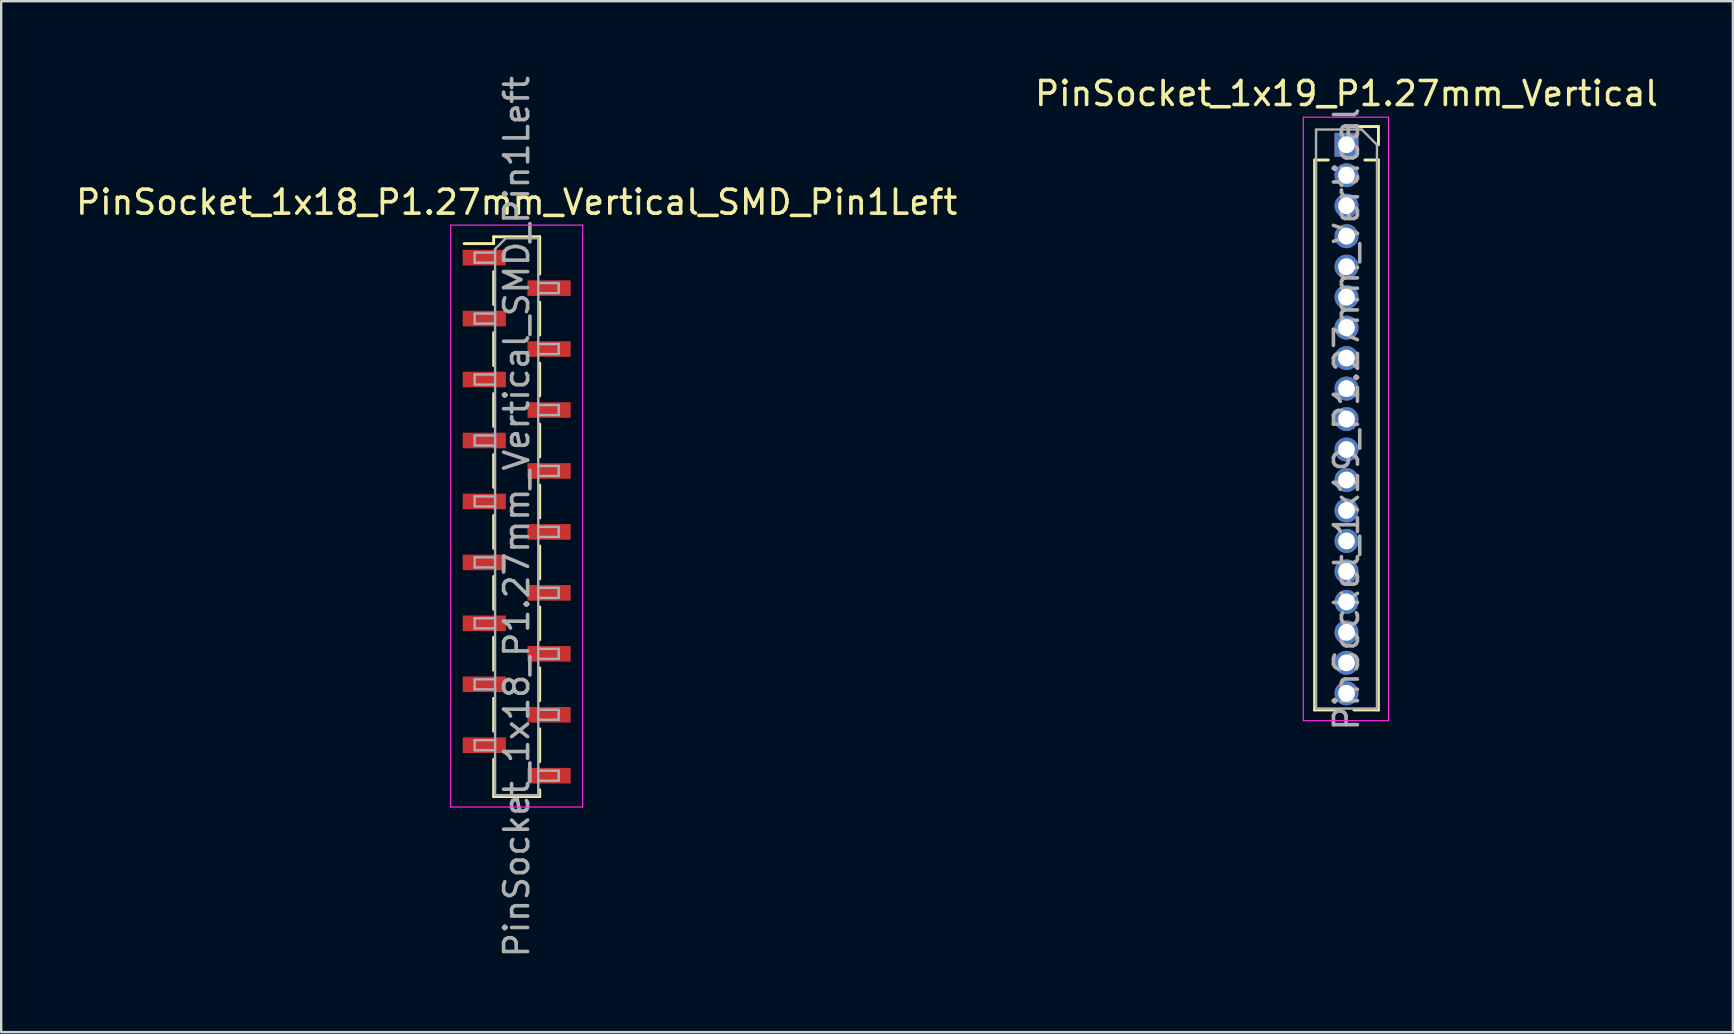
<source format=kicad_pcb>
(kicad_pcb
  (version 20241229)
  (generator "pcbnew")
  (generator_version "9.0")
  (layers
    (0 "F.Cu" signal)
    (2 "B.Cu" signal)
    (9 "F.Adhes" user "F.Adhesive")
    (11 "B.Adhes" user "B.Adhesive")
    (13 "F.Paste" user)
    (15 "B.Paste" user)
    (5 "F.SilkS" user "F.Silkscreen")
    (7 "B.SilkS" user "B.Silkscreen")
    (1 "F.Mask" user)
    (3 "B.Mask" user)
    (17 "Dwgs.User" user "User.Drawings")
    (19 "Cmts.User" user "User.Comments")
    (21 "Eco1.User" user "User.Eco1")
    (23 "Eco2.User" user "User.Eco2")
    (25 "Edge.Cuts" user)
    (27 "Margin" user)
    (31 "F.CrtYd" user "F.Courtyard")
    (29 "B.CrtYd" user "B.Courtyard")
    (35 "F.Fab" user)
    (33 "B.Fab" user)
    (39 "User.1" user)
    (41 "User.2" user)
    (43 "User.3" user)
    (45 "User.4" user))
  (footprint "PinSocket_1x18_P1.27mm_Vertical_SMD_Pin1Left"
    (layer "F.Cu")
    (at 18.482 18.482)
    (property "Reference" "PinSocket_1x18_P1.27mm_Vertical_SMD_Pin1Left" (at 0 -13.105 0) (layer "F.SilkS") (effects (font (size 1 1) (thickness 0.15))))
    (attr smd)
    (fp_line (start -2.19 -11.38) (end -0.96 -11.38) (stroke (width 0.12) (type solid)) (layer "F.SilkS"))
    (fp_line (start -0.96 -11.665) (end -0.96 -11.38) (stroke (width 0.12) (type solid)) (layer "F.SilkS"))
    (fp_line (start -0.96 -11.665) (end 0.96 -11.665) (stroke (width 0.12) (type solid)) (layer "F.SilkS"))
    (fp_line (start -0.96 -10.21) (end -0.96 -8.84) (stroke (width 0.12) (type solid)) (layer "F.SilkS"))
    (fp_line (start -0.96 -7.67) (end -0.96 -6.3) (stroke (width 0.12) (type solid)) (layer "F.SilkS"))
    (fp_line (start -0.96 -5.13) (end -0.96 -3.76) (stroke (width 0.12) (type solid)) (layer "F.SilkS"))
    (fp_line (start -0.96 -2.59) (end -0.96 -1.22) (stroke (width 0.12) (type solid)) (layer "F.SilkS"))
    (fp_line (start -0.96 -0.05) (end -0.96 1.32) (stroke (width 0.12) (type solid)) (layer "F.SilkS"))
    (fp_line (start -0.96 2.49) (end -0.96 3.86) (stroke (width 0.12) (type solid)) (layer "F.SilkS"))
    (fp_line (start -0.96 5.03) (end -0.96 6.4) (stroke (width 0.12) (type solid)) (layer "F.SilkS"))
    (fp_line (start -0.96 7.57) (end -0.96 8.94) (stroke (width 0.12) (type solid)) (layer "F.SilkS"))
    (fp_line (start -0.96 10.11) (end -0.96 11.665) (stroke (width 0.12) (type solid)) (layer "F.SilkS"))
    (fp_line (start -0.96 11.665) (end 0.96 11.665) (stroke (width 0.12) (type solid)) (layer "F.SilkS"))
    (fp_line (start 0.96 -11.665) (end 0.96 -10.11) (stroke (width 0.12) (type solid)) (layer "F.SilkS"))
    (fp_line (start 0.96 -8.94) (end 0.96 -7.57) (stroke (width 0.12) (type solid)) (layer "F.SilkS"))
    (fp_line (start 0.96 -6.4) (end 0.96 -5.03) (stroke (width 0.12) (type solid)) (layer "F.SilkS"))
    (fp_line (start 0.96 -3.86) (end 0.96 -2.49) (stroke (width 0.12) (type solid)) (layer "F.SilkS"))
    (fp_line (start 0.96 -1.32) (end 0.96 0.05) (stroke (width 0.12) (type solid)) (layer "F.SilkS"))
    (fp_line (start 0.96 1.22) (end 0.96 2.59) (stroke (width 0.12) (type solid)) (layer "F.SilkS"))
    (fp_line (start 0.96 3.76) (end 0.96 5.13) (stroke (width 0.12) (type solid)) (layer "F.SilkS"))
    (fp_line (start 0.96 6.3) (end 0.96 7.67) (stroke (width 0.12) (type solid)) (layer "F.SilkS"))
    (fp_line (start 0.96 8.84) (end 0.96 10.21) (stroke (width 0.12) (type solid)) (layer "F.SilkS"))
    (fp_line (start 0.96 11.38) (end 0.96 11.665) (stroke (width 0.12) (type solid)) (layer "F.SilkS"))
    (fp_line (start -2.75 -12.15) (end 2.75 -12.15) (stroke (width 0.05) (type solid)) (layer "F.CrtYd"))
    (fp_line (start -2.75 12.1) (end -2.75 -12.15) (stroke (width 0.05) (type solid)) (layer "F.CrtYd"))
    (fp_line (start 2.75 -12.15) (end 2.75 12.1) (stroke (width 0.05) (type solid)) (layer "F.CrtYd"))
    (fp_line (start 2.75 12.1) (end -2.75 12.1) (stroke (width 0.05) (type solid)) (layer "F.CrtYd"))
    (fp_line (start -1.75 -11.005) (end -0.9 -11.005) (stroke (width 0.1) (type solid)) (layer "F.Fab"))
    (fp_line (start -1.75 -10.585) (end -1.75 -11.005) (stroke (width 0.1) (type solid)) (layer "F.Fab"))
    (fp_line (start -1.75 -8.465) (end -0.9 -8.465) (stroke (width 0.1) (type solid)) (layer "F.Fab"))
    (fp_line (start -1.75 -8.045) (end -1.75 -8.465) (stroke (width 0.1) (type solid)) (layer "F.Fab"))
    (fp_line (start -1.75 -5.925) (end -0.9 -5.925) (stroke (width 0.1) (type solid)) (layer "F.Fab"))
    (fp_line (start -1.75 -5.505) (end -1.75 -5.925) (stroke (width 0.1) (type solid)) (layer "F.Fab"))
    (fp_line (start -1.75 -3.385) (end -0.9 -3.385) (stroke (width 0.1) (type solid)) (layer "F.Fab"))
    (fp_line (start -1.75 -2.965) (end -1.75 -3.385) (stroke (width 0.1) (type solid)) (layer "F.Fab"))
    (fp_line (start -1.75 -0.845) (end -0.9 -0.845) (stroke (width 0.1) (type solid)) (layer "F.Fab"))
    (fp_line (start -1.75 -0.425) (end -1.75 -0.845) (stroke (width 0.1) (type solid)) (layer "F.Fab"))
    (fp_line (start -1.75 1.695) (end -0.9 1.695) (stroke (width 0.1) (type solid)) (layer "F.Fab"))
    (fp_line (start -1.75 2.115) (end -1.75 1.695) (stroke (width 0.1) (type solid)) (layer "F.Fab"))
    (fp_line (start -1.75 4.235) (end -0.9 4.235) (stroke (width 0.1) (type solid)) (layer "F.Fab"))
    (fp_line (start -1.75 4.655) (end -1.75 4.235) (stroke (width 0.1) (type solid)) (layer "F.Fab"))
    (fp_line (start -1.75 6.775) (end -0.9 6.775) (stroke (width 0.1) (type solid)) (layer "F.Fab"))
    (fp_line (start -1.75 7.195) (end -1.75 6.775) (stroke (width 0.1) (type solid)) (layer "F.Fab"))
    (fp_line (start -1.75 9.315) (end -0.9 9.315) (stroke (width 0.1) (type solid)) (layer "F.Fab"))
    (fp_line (start -1.75 9.735) (end -1.75 9.315) (stroke (width 0.1) (type solid)) (layer "F.Fab"))
    (fp_line (start -0.9 -11.155) (end -0.45 -11.605) (stroke (width 0.1) (type solid)) (layer "F.Fab"))
    (fp_line (start -0.9 -10.585) (end -1.75 -10.585) (stroke (width 0.1) (type solid)) (layer "F.Fab"))
    (fp_line (start -0.9 -8.045) (end -1.75 -8.045) (stroke (width 0.1) (type solid)) (layer "F.Fab"))
    (fp_line (start -0.9 -5.505) (end -1.75 -5.505) (stroke (width 0.1) (type solid)) (layer "F.Fab"))
    (fp_line (start -0.9 -2.965) (end -1.75 -2.965) (stroke (width 0.1) (type solid)) (layer "F.Fab"))
    (fp_line (start -0.9 -0.425) (end -1.75 -0.425) (stroke (width 0.1) (type solid)) (layer "F.Fab"))
    (fp_line (start -0.9 2.115) (end -1.75 2.115) (stroke (width 0.1) (type solid)) (layer "F.Fab"))
    (fp_line (start -0.9 4.655) (end -1.75 4.655) (stroke (width 0.1) (type solid)) (layer "F.Fab"))
    (fp_line (start -0.9 7.195) (end -1.75 7.195) (stroke (width 0.1) (type solid)) (layer "F.Fab"))
    (fp_line (start -0.9 9.735) (end -1.75 9.735) (stroke (width 0.1) (type solid)) (layer "F.Fab"))
    (fp_line (start -0.9 11.605) (end -0.9 -11.155) (stroke (width 0.1) (type solid)) (layer "F.Fab"))
    (fp_line (start -0.45 -11.605) (end 0.9 -11.605) (stroke (width 0.1) (type solid)) (layer "F.Fab"))
    (fp_line (start 0.9 -11.605) (end 0.9 11.605) (stroke (width 0.1) (type solid)) (layer "F.Fab"))
    (fp_line (start 0.9 -9.735) (end 1.75 -9.735) (stroke (width 0.1) (type solid)) (layer "F.Fab"))
    (fp_line (start 0.9 -7.195) (end 1.75 -7.195) (stroke (width 0.1) (type solid)) (layer "F.Fab"))
    (fp_line (start 0.9 -4.655) (end 1.75 -4.655) (stroke (width 0.1) (type solid)) (layer "F.Fab"))
    (fp_line (start 0.9 -2.115) (end 1.75 -2.115) (stroke (width 0.1) (type solid)) (layer "F.Fab"))
    (fp_line (start 0.9 0.425) (end 1.75 0.425) (stroke (width 0.1) (type solid)) (layer "F.Fab"))
    (fp_line (start 0.9 2.965) (end 1.75 2.965) (stroke (width 0.1) (type solid)) (layer "F.Fab"))
    (fp_line (start 0.9 5.505) (end 1.75 5.505) (stroke (width 0.1) (type solid)) (layer "F.Fab"))
    (fp_line (start 0.9 8.045) (end 1.75 8.045) (stroke (width 0.1) (type solid)) (layer "F.Fab"))
    (fp_line (start 0.9 10.585) (end 1.75 10.585) (stroke (width 0.1) (type solid)) (layer "F.Fab"))
    (fp_line (start 0.9 11.605) (end -0.9 11.605) (stroke (width 0.1) (type solid)) (layer "F.Fab"))
    (fp_line (start 1.75 -9.735) (end 1.75 -9.315) (stroke (width 0.1) (type solid)) (layer "F.Fab"))
    (fp_line (start 1.75 -9.315) (end 0.9 -9.315) (stroke (width 0.1) (type solid)) (layer "F.Fab"))
    (fp_line (start 1.75 -7.195) (end 1.75 -6.775) (stroke (width 0.1) (type solid)) (layer "F.Fab"))
    (fp_line (start 1.75 -6.775) (end 0.9 -6.775) (stroke (width 0.1) (type solid)) (layer "F.Fab"))
    (fp_line (start 1.75 -4.655) (end 1.75 -4.235) (stroke (width 0.1) (type solid)) (layer "F.Fab"))
    (fp_line (start 1.75 -4.235) (end 0.9 -4.235) (stroke (width 0.1) (type solid)) (layer "F.Fab"))
    (fp_line (start 1.75 -2.115) (end 1.75 -1.695) (stroke (width 0.1) (type solid)) (layer "F.Fab"))
    (fp_line (start 1.75 -1.695) (end 0.9 -1.695) (stroke (width 0.1) (type solid)) (layer "F.Fab"))
    (fp_line (start 1.75 0.425) (end 1.75 0.845) (stroke (width 0.1) (type solid)) (layer "F.Fab"))
    (fp_line (start 1.75 0.845) (end 0.9 0.845) (stroke (width 0.1) (type solid)) (layer "F.Fab"))
    (fp_line (start 1.75 2.965) (end 1.75 3.385) (stroke (width 0.1) (type solid)) (layer "F.Fab"))
    (fp_line (start 1.75 3.385) (end 0.9 3.385) (stroke (width 0.1) (type solid)) (layer "F.Fab"))
    (fp_line (start 1.75 5.505) (end 1.75 5.925) (stroke (width 0.1) (type solid)) (layer "F.Fab"))
    (fp_line (start 1.75 5.925) (end 0.9 5.925) (stroke (width 0.1) (type solid)) (layer "F.Fab"))
    (fp_line (start 1.75 8.045) (end 1.75 8.465) (stroke (width 0.1) (type solid)) (layer "F.Fab"))
    (fp_line (start 1.75 8.465) (end 0.9 8.465) (stroke (width 0.1) (type solid)) (layer "F.Fab"))
    (fp_line (start 1.75 10.585) (end 1.75 11.005) (stroke (width 0.1) (type solid)) (layer "F.Fab"))
    (fp_line (start 1.75 11.005) (end 0.9 11.005) (stroke (width 0.1) (type solid)) (layer "F.Fab"))
    (fp_text user "${REFERENCE}" (at 0 0 90) (layer "F.Fab") (effects (font (size 1 1) (thickness 0.15))))
    (pad "1" smd rect (at -1.35 -10.795) (size 1.8 0.65) (layers "F.Cu" "F.Mask" "F.Paste"))
    (pad "2" smd rect (at 1.35 -9.525) (size 1.8 0.65) (layers "F.Cu" "F.Mask" "F.Paste"))
    (pad "3" smd rect (at -1.35 -8.255) (size 1.8 0.65) (layers "F.Cu" "F.Mask" "F.Paste"))
    (pad "4" smd rect (at 1.35 -6.985) (size 1.8 0.65) (layers "F.Cu" "F.Mask" "F.Paste"))
    (pad "5" smd rect (at -1.35 -5.715) (size 1.8 0.65) (layers "F.Cu" "F.Mask" "F.Paste"))
    (pad "6" smd rect (at 1.35 -4.445) (size 1.8 0.65) (layers "F.Cu" "F.Mask" "F.Paste"))
    (pad "7" smd rect (at -1.35 -3.175) (size 1.8 0.65) (layers "F.Cu" "F.Mask" "F.Paste"))
    (pad "8" smd rect (at 1.35 -1.905) (size 1.8 0.65) (layers "F.Cu" "F.Mask" "F.Paste"))
    (pad "9" smd rect (at -1.35 -0.635) (size 1.8 0.65) (layers "F.Cu" "F.Mask" "F.Paste"))
    (pad "10" smd rect (at 1.35 0.635) (size 1.8 0.65) (layers "F.Cu" "F.Mask" "F.Paste"))
    (pad "11" smd rect (at -1.35 1.905) (size 1.8 0.65) (layers "F.Cu" "F.Mask" "F.Paste"))
    (pad "12" smd rect (at 1.35 3.175) (size 1.8 0.65) (layers "F.Cu" "F.Mask" "F.Paste"))
    (pad "13" smd rect (at -1.35 4.445) (size 1.8 0.65) (layers "F.Cu" "F.Mask" "F.Paste"))
    (pad "14" smd rect (at 1.35 5.715) (size 1.8 0.65) (layers "F.Cu" "F.Mask" "F.Paste"))
    (pad "15" smd rect (at -1.35 6.985) (size 1.8 0.65) (layers "F.Cu" "F.Mask" "F.Paste"))
    (pad "16" smd rect (at 1.35 8.255) (size 1.8 0.65) (layers "F.Cu" "F.Mask" "F.Paste"))
    (pad "17" smd rect (at -1.35 9.525) (size 1.8 0.65) (layers "F.Cu" "F.Mask" "F.Paste"))
    (pad "18" smd rect (at 1.35 10.795) (size 1.8 0.65) (layers "F.Cu" "F.Mask" "F.Paste")))
  (footprint "PinSocket_1x19_P1.27mm_Vertical"
    (layer "F.Cu")
    (at 53.065 2.983)
    (property "Reference" "PinSocket_1x19_P1.27mm_Vertical" (at 0 -2.135 0) (layer "F.SilkS") (effects (font (size 1 1) (thickness 0.15))))
    (attr through_hole)
    (fp_line (start -1.33 0.635) (end -1.33 23.555) (stroke (width 0.12) (type solid)) (layer "F.SilkS"))
    (fp_line (start -1.33 0.635) (end -0.76 0.635) (stroke (width 0.12) (type solid)) (layer "F.SilkS"))
    (fp_line (start -1.33 23.555) (end -0.308 23.555) (stroke (width 0.12) (type solid)) (layer "F.SilkS"))
    (fp_line (start 0 -0.76) (end 1.33 -0.76) (stroke (width 0.12) (type solid)) (layer "F.SilkS"))
    (fp_line (start 0.308 23.555) (end 1.33 23.555) (stroke (width 0.12) (type solid)) (layer "F.SilkS"))
    (fp_line (start 0.76 0.635) (end 1.33 0.635) (stroke (width 0.12) (type solid)) (layer "F.SilkS"))
    (fp_line (start 1.33 -0.76) (end 1.33 0) (stroke (width 0.12) (type solid)) (layer "F.SilkS"))
    (fp_line (start 1.33 0.635) (end 1.33 23.555) (stroke (width 0.12) (type solid)) (layer "F.SilkS"))
    (fp_line (start -1.8 -1.15) (end 1.75 -1.15) (stroke (width 0.05) (type solid)) (layer "F.CrtYd"))
    (fp_line (start -1.8 24) (end -1.8 -1.15) (stroke (width 0.05) (type solid)) (layer "F.CrtYd"))
    (fp_line (start 1.75 -1.15) (end 1.75 24) (stroke (width 0.05) (type solid)) (layer "F.CrtYd"))
    (fp_line (start 1.75 24) (end -1.8 24) (stroke (width 0.05) (type solid)) (layer "F.CrtYd"))
    (fp_line (start -1.27 -0.635) (end 0.635 -0.635) (stroke (width 0.1) (type solid)) (layer "F.Fab"))
    (fp_line (start -1.27 23.495) (end -1.27 -0.635) (stroke (width 0.1) (type solid)) (layer "F.Fab"))
    (fp_line (start 0.635 -0.635) (end 1.27 0) (stroke (width 0.1) (type solid)) (layer "F.Fab"))
    (fp_line (start 1.27 0) (end 1.27 23.495) (stroke (width 0.1) (type solid)) (layer "F.Fab"))
    (fp_line (start 1.27 23.495) (end -1.27 23.495) (stroke (width 0.1) (type solid)) (layer "F.Fab"))
    (fp_text user "${REFERENCE}" (at 0 11.43 90) (layer "F.Fab") (effects (font (size 1 1) (thickness 0.15))))
    (pad "1" thru_hole rect (at 0 0) (size 1 1) (drill 0.7) (layers "*.Cu" "*.Mask"))
    (pad "2" thru_hole circle (at 0 1.27) (size 1 1) (drill 0.7) (layers "*.Cu" "*.Mask"))
    (pad "3" thru_hole circle (at 0 2.54) (size 1 1) (drill 0.7) (layers "*.Cu" "*.Mask"))
    (pad "4" thru_hole circle (at 0 3.81) (size 1 1) (drill 0.7) (layers "*.Cu" "*.Mask"))
    (pad "5" thru_hole circle (at 0 5.08) (size 1 1) (drill 0.7) (layers "*.Cu" "*.Mask"))
    (pad "6" thru_hole circle (at 0 6.35) (size 1 1) (drill 0.7) (layers "*.Cu" "*.Mask"))
    (pad "7" thru_hole circle (at 0 7.62) (size 1 1) (drill 0.7) (layers "*.Cu" "*.Mask"))
    (pad "8" thru_hole circle (at 0 8.89) (size 1 1) (drill 0.7) (layers "*.Cu" "*.Mask"))
    (pad "9" thru_hole circle (at 0 10.16) (size 1 1) (drill 0.7) (layers "*.Cu" "*.Mask"))
    (pad "10" thru_hole circle (at 0 11.43) (size 1 1) (drill 0.7) (layers "*.Cu" "*.Mask"))
    (pad "11" thru_hole circle (at 0 12.7) (size 1 1) (drill 0.7) (layers "*.Cu" "*.Mask"))
    (pad "12" thru_hole circle (at 0 13.97) (size 1 1) (drill 0.7) (layers "*.Cu" "*.Mask"))
    (pad "13" thru_hole circle (at 0 15.24) (size 1 1) (drill 0.7) (layers "*.Cu" "*.Mask"))
    (pad "14" thru_hole circle (at 0 16.51) (size 1 1) (drill 0.7) (layers "*.Cu" "*.Mask"))
    (pad "15" thru_hole circle (at 0 17.78) (size 1 1) (drill 0.7) (layers "*.Cu" "*.Mask"))
    (pad "16" thru_hole circle (at 0 19.05) (size 1 1) (drill 0.7) (layers "*.Cu" "*.Mask"))
    (pad "17" thru_hole circle (at 0 20.32) (size 1 1) (drill 0.7) (layers "*.Cu" "*.Mask"))
    (pad "18" thru_hole circle (at 0 21.59) (size 1 1) (drill 0.7) (layers "*.Cu" "*.Mask"))
    (pad "19" thru_hole circle (at 0 22.86) (size 1 1) (drill 0.7) (layers "*.Cu" "*.Mask")))
  (gr_rect
    (start -3 -3)
    (end 69.167 39.964)
    (stroke (width 0.1) (type default))
    (fill no)
    (layer "Edge.Cuts")))
</source>
